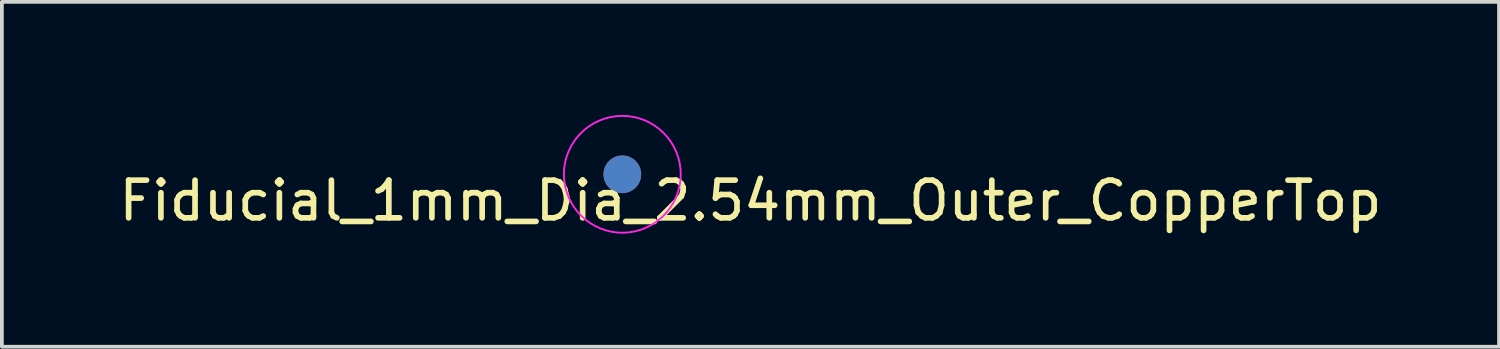
<source format=kicad_pcb>
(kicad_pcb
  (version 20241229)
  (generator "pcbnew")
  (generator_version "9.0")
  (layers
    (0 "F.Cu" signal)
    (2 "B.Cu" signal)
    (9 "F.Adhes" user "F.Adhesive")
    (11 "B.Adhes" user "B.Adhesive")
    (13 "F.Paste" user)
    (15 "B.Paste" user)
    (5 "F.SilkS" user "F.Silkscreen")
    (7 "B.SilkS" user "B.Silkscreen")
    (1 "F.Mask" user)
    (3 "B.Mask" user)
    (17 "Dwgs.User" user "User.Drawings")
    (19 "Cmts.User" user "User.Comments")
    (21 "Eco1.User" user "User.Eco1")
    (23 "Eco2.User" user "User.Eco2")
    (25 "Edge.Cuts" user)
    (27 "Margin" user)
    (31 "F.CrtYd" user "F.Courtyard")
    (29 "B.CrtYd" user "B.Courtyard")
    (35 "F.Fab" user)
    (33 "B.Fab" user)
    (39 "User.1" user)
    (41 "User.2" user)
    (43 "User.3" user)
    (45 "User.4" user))
  (footprint "Fiducial_1mm_Dia_2.54mm_Outer_CopperTop"
    (layer "F.Cu")
    (at 13.463 1.575)
    (property "Reference" "Fiducial_1mm_Dia_2.54mm_Outer_CopperTop" (at 3.4 0.7 0) (layer "F.SilkS") (effects (font (size 1 1) (thickness 0.15))))
    (attr exclude_from_pos_files exclude_from_bom)
    (fp_circle (center 0 0) (end 1.55 0) (stroke (width 0.05) (type solid)) (fill no) (layer "F.CrtYd"))
    (pad "~" smd circle (at 0 0) (size 1 1) (layers "F.Cu" "F.Mask"))
    (pad "~" smd circle (at 0 0) (size 1 1) (layers "B.Cu" "B.Mask")))
  (gr_rect
    (start -3 -3)
    (end 36.726 6.15)
    (stroke (width 0.1) (type default))
    (fill no)
    (layer "Edge.Cuts")))
</source>
